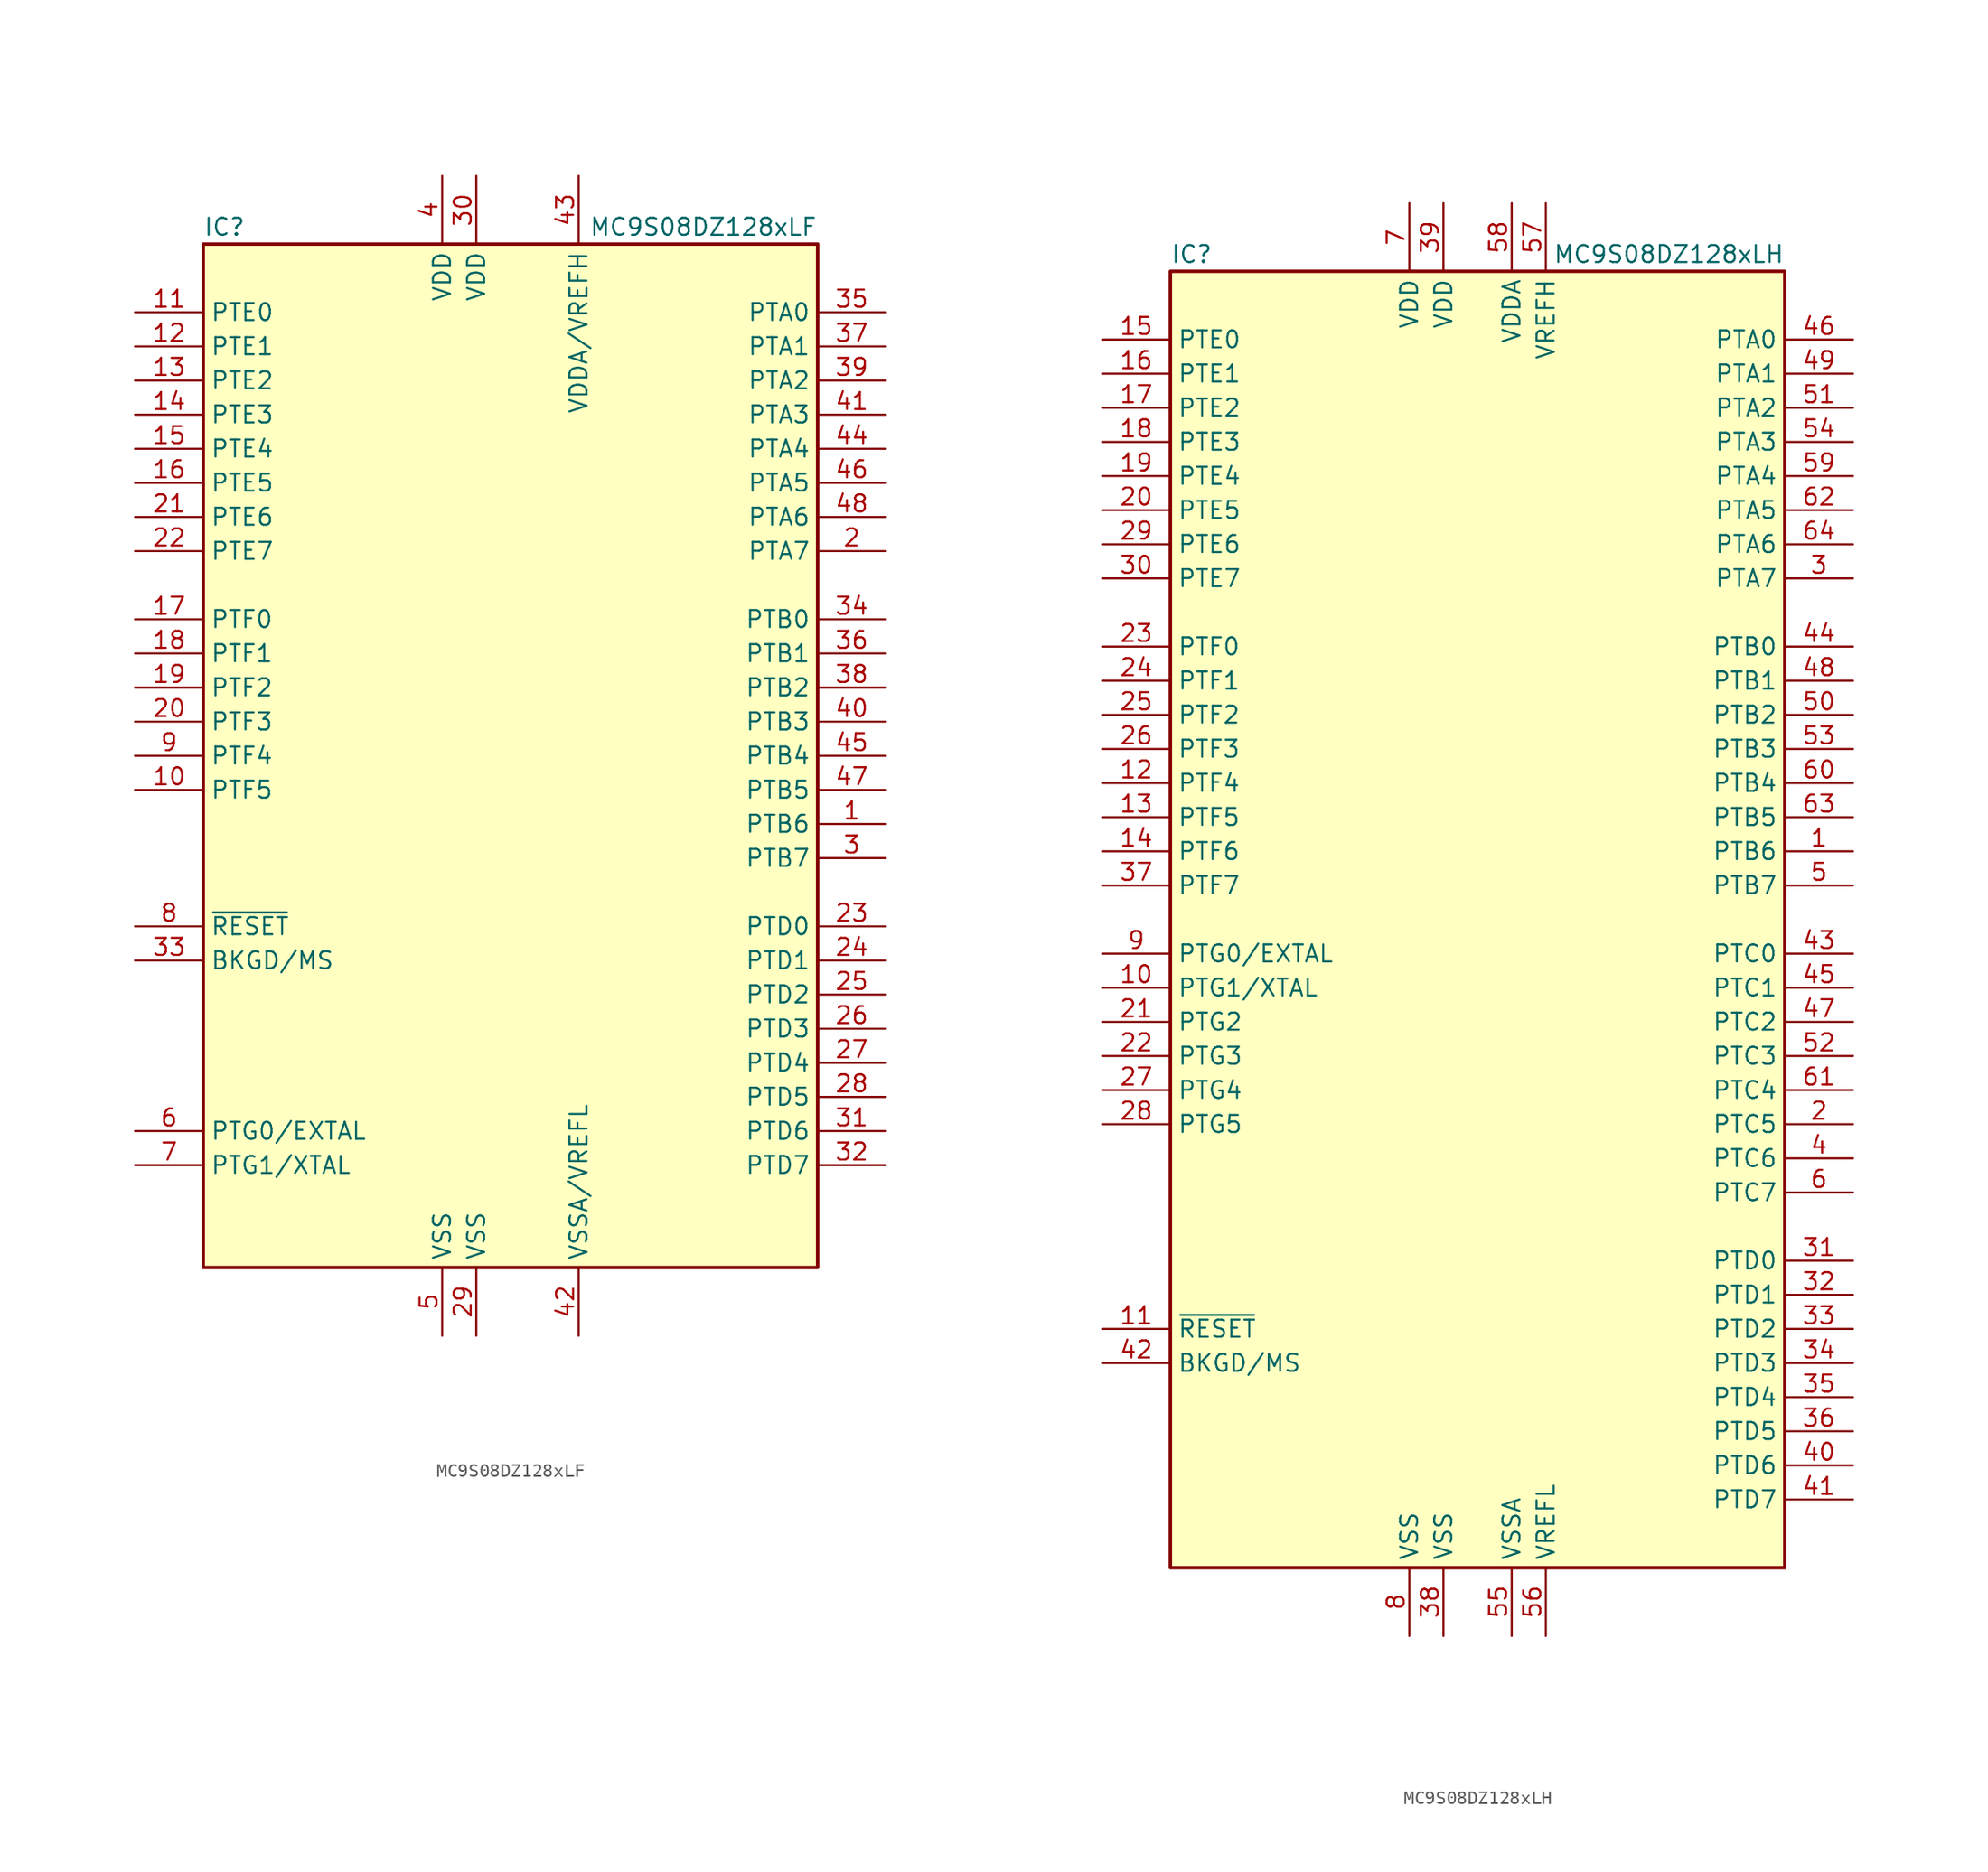
<source format=kicad_sym>
(kicad_symbol_lib
  (version 20241209)
  (generator "kicad_symbol_editor")
  (generator_version "9.0")
  (symbol "MC9S08DZ128xLF"
    (property "Reference" "IC"
      (at -22.86 39.37 0)
      (effects (font (size 1.27 1.27)) (justify left)))
    (property "Value" "MC9S08DZ128xLF"
      (at 22.86 39.37 0)
      (effects (font (size 1.27 1.27)) (justify right)))
    (symbol "MC9S08DZ128xLF_0_1"
      (rectangle (start -22.86 38.1) (end 22.86 -38.1) (stroke (width 0.254) (type default)) (fill (type background))))
    (symbol "MC9S08DZ128xLF_1_1"
      (pin bidirectional line (at -27.94 33.02 0) (length 5.08) (name "PTE0" (effects (font (size 1.27 1.27)))) (number "11" (effects (font (size 1.27 1.27)))))
      (pin bidirectional line (at -27.94 30.48 0) (length 5.08) (name "PTE1" (effects (font (size 1.27 1.27)))) (number "12" (effects (font (size 1.27 1.27)))))
      (pin bidirectional line (at -27.94 27.94 0) (length 5.08) (name "PTE2" (effects (font (size 1.27 1.27)))) (number "13" (effects (font (size 1.27 1.27)))))
      (pin bidirectional line (at -27.94 25.4 0) (length 5.08) (name "PTE3" (effects (font (size 1.27 1.27)))) (number "14" (effects (font (size 1.27 1.27)))))
      (pin bidirectional line (at -27.94 22.86 0) (length 5.08) (name "PTE4" (effects (font (size 1.27 1.27)))) (number "15" (effects (font (size 1.27 1.27)))))
      (pin bidirectional line (at -27.94 20.32 0) (length 5.08) (name "PTE5" (effects (font (size 1.27 1.27)))) (number "16" (effects (font (size 1.27 1.27)))))
      (pin bidirectional line (at -27.94 17.78 0) (length 5.08) (name "PTE6" (effects (font (size 1.27 1.27)))) (number "21" (effects (font (size 1.27 1.27)))))
      (pin bidirectional line (at -27.94 15.24 0) (length 5.08) (name "PTE7" (effects (font (size 1.27 1.27)))) (number "22" (effects (font (size 1.27 1.27)))))
      (pin bidirectional line (at -27.94 10.16 0) (length 5.08) (name "PTF0" (effects (font (size 1.27 1.27)))) (number "17" (effects (font (size 1.27 1.27)))))
      (pin bidirectional line (at -27.94 7.62 0) (length 5.08) (name "PTF1" (effects (font (size 1.27 1.27)))) (number "18" (effects (font (size 1.27 1.27)))))
      (pin bidirectional line (at -27.94 5.08 0) (length 5.08) (name "PTF2" (effects (font (size 1.27 1.27)))) (number "19" (effects (font (size 1.27 1.27)))))
      (pin bidirectional line (at -27.94 2.54 0) (length 5.08) (name "PTF3" (effects (font (size 1.27 1.27)))) (number "20" (effects (font (size 1.27 1.27)))))
      (pin bidirectional line (at -27.94 0 0) (length 5.08) (name "PTF4" (effects (font (size 1.27 1.27)))) (number "9" (effects (font (size 1.27 1.27)))))
      (pin bidirectional line (at -27.94 -2.54 0) (length 5.08) (name "PTF5" (effects (font (size 1.27 1.27)))) (number "10" (effects (font (size 1.27 1.27)))))
      (pin input line (at -27.94 -12.7 0) (length 5.08) (name "~{RESET}" (effects (font (size 1.27 1.27)))) (number "8" (effects (font (size 1.27 1.27)))))
      (pin bidirectional line (at -27.94 -15.24 0) (length 5.08) (name "BKGD/MS" (effects (font (size 1.27 1.27)))) (number "33" (effects (font (size 1.27 1.27)))))
      (pin bidirectional line (at -27.94 -27.94 0) (length 5.08) (name "PTG0/EXTAL" (effects (font (size 1.27 1.27)))) (number "6" (effects (font (size 1.27 1.27)))))
      (pin bidirectional line (at -27.94 -30.48 0) (length 5.08) (name "PTG1/XTAL" (effects (font (size 1.27 1.27)))) (number "7" (effects (font (size 1.27 1.27)))))
      (pin power_in line (at -5.08 43.18 270) (length 5.08) (name "VDD" (effects (font (size 1.27 1.27)))) (number "4" (effects (font (size 1.27 1.27)))))
      (pin power_in line (at -5.08 -43.18 90) (length 5.08) (name "VSS" (effects (font (size 1.27 1.27)))) (number "5" (effects (font (size 1.27 1.27)))))
      (pin power_in line (at -2.54 43.18 270) (length 5.08) (name "VDD" (effects (font (size 1.27 1.27)))) (number "30" (effects (font (size 1.27 1.27)))))
      (pin power_in line (at -2.54 -43.18 90) (length 5.08) (name "VSS" (effects (font (size 1.27 1.27)))) (number "29" (effects (font (size 1.27 1.27)))))
      (pin power_in line (at 5.08 43.18 270) (length 5.08) (name "VDDA/VREFH" (effects (font (size 1.27 1.27)))) (number "43" (effects (font (size 1.27 1.27)))))
      (pin power_in line (at 5.08 -43.18 90) (length 5.08) (name "VSSA/VREFL" (effects (font (size 1.27 1.27)))) (number "42" (effects (font (size 1.27 1.27)))))
      (pin bidirectional line (at 27.94 33.02 180) (length 5.08) (name "PTA0" (effects (font (size 1.27 1.27)))) (number "35" (effects (font (size 1.27 1.27)))))
      (pin bidirectional line (at 27.94 30.48 180) (length 5.08) (name "PTA1" (effects (font (size 1.27 1.27)))) (number "37" (effects (font (size 1.27 1.27)))))
      (pin bidirectional line (at 27.94 27.94 180) (length 5.08) (name "PTA2" (effects (font (size 1.27 1.27)))) (number "39" (effects (font (size 1.27 1.27)))))
      (pin bidirectional line (at 27.94 25.4 180) (length 5.08) (name "PTA3" (effects (font (size 1.27 1.27)))) (number "41" (effects (font (size 1.27 1.27)))))
      (pin bidirectional line (at 27.94 22.86 180) (length 5.08) (name "PTA4" (effects (font (size 1.27 1.27)))) (number "44" (effects (font (size 1.27 1.27)))))
      (pin bidirectional line (at 27.94 20.32 180) (length 5.08) (name "PTA5" (effects (font (size 1.27 1.27)))) (number "46" (effects (font (size 1.27 1.27)))))
      (pin bidirectional line (at 27.94 17.78 180) (length 5.08) (name "PTA6" (effects (font (size 1.27 1.27)))) (number "48" (effects (font (size 1.27 1.27)))))
      (pin bidirectional line (at 27.94 15.24 180) (length 5.08) (name "PTA7" (effects (font (size 1.27 1.27)))) (number "2" (effects (font (size 1.27 1.27)))))
      (pin bidirectional line (at 27.94 10.16 180) (length 5.08) (name "PTB0" (effects (font (size 1.27 1.27)))) (number "34" (effects (font (size 1.27 1.27)))))
      (pin bidirectional line (at 27.94 7.62 180) (length 5.08) (name "PTB1" (effects (font (size 1.27 1.27)))) (number "36" (effects (font (size 1.27 1.27)))))
      (pin bidirectional line (at 27.94 5.08 180) (length 5.08) (name "PTB2" (effects (font (size 1.27 1.27)))) (number "38" (effects (font (size 1.27 1.27)))))
      (pin bidirectional line (at 27.94 2.54 180) (length 5.08) (name "PTB3" (effects (font (size 1.27 1.27)))) (number "40" (effects (font (size 1.27 1.27)))))
      (pin bidirectional line (at 27.94 0 180) (length 5.08) (name "PTB4" (effects (font (size 1.27 1.27)))) (number "45" (effects (font (size 1.27 1.27)))))
      (pin bidirectional line (at 27.94 -2.54 180) (length 5.08) (name "PTB5" (effects (font (size 1.27 1.27)))) (number "47" (effects (font (size 1.27 1.27)))))
      (pin bidirectional line (at 27.94 -5.08 180) (length 5.08) (name "PTB6" (effects (font (size 1.27 1.27)))) (number "1" (effects (font (size 1.27 1.27)))))
      (pin bidirectional line (at 27.94 -7.62 180) (length 5.08) (name "PTB7" (effects (font (size 1.27 1.27)))) (number "3" (effects (font (size 1.27 1.27)))))
      (pin bidirectional line (at 27.94 -12.7 180) (length 5.08) (name "PTD0" (effects (font (size 1.27 1.27)))) (number "23" (effects (font (size 1.27 1.27)))))
      (pin bidirectional line (at 27.94 -15.24 180) (length 5.08) (name "PTD1" (effects (font (size 1.27 1.27)))) (number "24" (effects (font (size 1.27 1.27)))))
      (pin bidirectional line (at 27.94 -17.78 180) (length 5.08) (name "PTD2" (effects (font (size 1.27 1.27)))) (number "25" (effects (font (size 1.27 1.27)))))
      (pin bidirectional line (at 27.94 -20.32 180) (length 5.08) (name "PTD3" (effects (font (size 1.27 1.27)))) (number "26" (effects (font (size 1.27 1.27)))))
      (pin bidirectional line (at 27.94 -22.86 180) (length 5.08) (name "PTD4" (effects (font (size 1.27 1.27)))) (number "27" (effects (font (size 1.27 1.27)))))
      (pin bidirectional line (at 27.94 -25.4 180) (length 5.08) (name "PTD5" (effects (font (size 1.27 1.27)))) (number "28" (effects (font (size 1.27 1.27)))))
      (pin bidirectional line (at 27.94 -27.94 180) (length 5.08) (name "PTD6" (effects (font (size 1.27 1.27)))) (number "31" (effects (font (size 1.27 1.27)))))
      (pin bidirectional line (at 27.94 -30.48 180) (length 5.08) (name "PTD7" (effects (font (size 1.27 1.27)))) (number "32" (effects (font (size 1.27 1.27)))))))
  (symbol "MC9S08DZ128xLH"
    (property "Reference" "IC"
      (at -22.86 49.53 0)
      (effects (font (size 1.27 1.27)) (justify left)))
    (property "Value" "MC9S08DZ128xLH"
      (at 22.86 49.53 0)
      (effects (font (size 1.27 1.27)) (justify right)))
    (symbol "MC9S08DZ128xLH_0_1"
      (rectangle (start -22.86 48.26) (end 22.86 -48.26) (stroke (width 0.254) (type default)) (fill (type background))))
    (symbol "MC9S08DZ128xLH_1_1"
      (pin bidirectional line (at -27.94 43.18 0) (length 5.08) (name "PTE0" (effects (font (size 1.27 1.27)))) (number "15" (effects (font (size 1.27 1.27)))))
      (pin bidirectional line (at -27.94 40.64 0) (length 5.08) (name "PTE1" (effects (font (size 1.27 1.27)))) (number "16" (effects (font (size 1.27 1.27)))))
      (pin bidirectional line (at -27.94 38.1 0) (length 5.08) (name "PTE2" (effects (font (size 1.27 1.27)))) (number "17" (effects (font (size 1.27 1.27)))))
      (pin bidirectional line (at -27.94 35.56 0) (length 5.08) (name "PTE3" (effects (font (size 1.27 1.27)))) (number "18" (effects (font (size 1.27 1.27)))))
      (pin bidirectional line (at -27.94 33.02 0) (length 5.08) (name "PTE4" (effects (font (size 1.27 1.27)))) (number "19" (effects (font (size 1.27 1.27)))))
      (pin bidirectional line (at -27.94 30.48 0) (length 5.08) (name "PTE5" (effects (font (size 1.27 1.27)))) (number "20" (effects (font (size 1.27 1.27)))))
      (pin bidirectional line (at -27.94 27.94 0) (length 5.08) (name "PTE6" (effects (font (size 1.27 1.27)))) (number "29" (effects (font (size 1.27 1.27)))))
      (pin bidirectional line (at -27.94 25.4 0) (length 5.08) (name "PTE7" (effects (font (size 1.27 1.27)))) (number "30" (effects (font (size 1.27 1.27)))))
      (pin bidirectional line (at -27.94 20.32 0) (length 5.08) (name "PTF0" (effects (font (size 1.27 1.27)))) (number "23" (effects (font (size 1.27 1.27)))))
      (pin bidirectional line (at -27.94 17.78 0) (length 5.08) (name "PTF1" (effects (font (size 1.27 1.27)))) (number "24" (effects (font (size 1.27 1.27)))))
      (pin bidirectional line (at -27.94 15.24 0) (length 5.08) (name "PTF2" (effects (font (size 1.27 1.27)))) (number "25" (effects (font (size 1.27 1.27)))))
      (pin bidirectional line (at -27.94 12.7 0) (length 5.08) (name "PTF3" (effects (font (size 1.27 1.27)))) (number "26" (effects (font (size 1.27 1.27)))))
      (pin bidirectional line (at -27.94 10.16 0) (length 5.08) (name "PTF4" (effects (font (size 1.27 1.27)))) (number "12" (effects (font (size 1.27 1.27)))))
      (pin bidirectional line (at -27.94 7.62 0) (length 5.08) (name "PTF5" (effects (font (size 1.27 1.27)))) (number "13" (effects (font (size 1.27 1.27)))))
      (pin bidirectional line (at -27.94 5.08 0) (length 5.08) (name "PTF6" (effects (font (size 1.27 1.27)))) (number "14" (effects (font (size 1.27 1.27)))))
      (pin bidirectional line (at -27.94 2.54 0) (length 5.08) (name "PTF7" (effects (font (size 1.27 1.27)))) (number "37" (effects (font (size 1.27 1.27)))))
      (pin bidirectional line (at -27.94 -2.54 0) (length 5.08) (name "PTG0/EXTAL" (effects (font (size 1.27 1.27)))) (number "9" (effects (font (size 1.27 1.27)))))
      (pin bidirectional line (at -27.94 -5.08 0) (length 5.08) (name "PTG1/XTAL" (effects (font (size 1.27 1.27)))) (number "10" (effects (font (size 1.27 1.27)))))
      (pin bidirectional line (at -27.94 -7.62 0) (length 5.08) (name "PTG2" (effects (font (size 1.27 1.27)))) (number "21" (effects (font (size 1.27 1.27)))))
      (pin bidirectional line (at -27.94 -10.16 0) (length 5.08) (name "PTG3" (effects (font (size 1.27 1.27)))) (number "22" (effects (font (size 1.27 1.27)))))
      (pin bidirectional line (at -27.94 -12.7 0) (length 5.08) (name "PTG4" (effects (font (size 1.27 1.27)))) (number "27" (effects (font (size 1.27 1.27)))))
      (pin bidirectional line (at -27.94 -15.24 0) (length 5.08) (name "PTG5" (effects (font (size 1.27 1.27)))) (number "28" (effects (font (size 1.27 1.27)))))
      (pin input line (at -27.94 -30.48 0) (length 5.08) (name "~{RESET}" (effects (font (size 1.27 1.27)))) (number "11" (effects (font (size 1.27 1.27)))))
      (pin bidirectional line (at -27.94 -33.02 0) (length 5.08) (name "BKGD/MS" (effects (font (size 1.27 1.27)))) (number "42" (effects (font (size 1.27 1.27)))))
      (pin power_in line (at -5.08 53.34 270) (length 5.08) (name "VDD" (effects (font (size 1.27 1.27)))) (number "7" (effects (font (size 1.27 1.27)))))
      (pin power_in line (at -5.08 -53.34 90) (length 5.08) (name "VSS" (effects (font (size 1.27 1.27)))) (number "8" (effects (font (size 1.27 1.27)))))
      (pin power_in line (at -2.54 53.34 270) (length 5.08) (name "VDD" (effects (font (size 1.27 1.27)))) (number "39" (effects (font (size 1.27 1.27)))))
      (pin power_in line (at -2.54 -53.34 90) (length 5.08) (name "VSS" (effects (font (size 1.27 1.27)))) (number "38" (effects (font (size 1.27 1.27)))))
      (pin power_in line (at 2.54 53.34 270) (length 5.08) (name "VDDA" (effects (font (size 1.27 1.27)))) (number "58" (effects (font (size 1.27 1.27)))))
      (pin power_in line (at 2.54 -53.34 90) (length 5.08) (name "VSSA" (effects (font (size 1.27 1.27)))) (number "55" (effects (font (size 1.27 1.27)))))
      (pin power_in line (at 5.08 53.34 270) (length 5.08) (name "VREFH" (effects (font (size 1.27 1.27)))) (number "57" (effects (font (size 1.27 1.27)))))
      (pin power_in line (at 5.08 -53.34 90) (length 5.08) (name "VREFL" (effects (font (size 1.27 1.27)))) (number "56" (effects (font (size 1.27 1.27)))))
      (pin bidirectional line (at 27.94 43.18 180) (length 5.08) (name "PTA0" (effects (font (size 1.27 1.27)))) (number "46" (effects (font (size 1.27 1.27)))))
      (pin bidirectional line (at 27.94 40.64 180) (length 5.08) (name "PTA1" (effects (font (size 1.27 1.27)))) (number "49" (effects (font (size 1.27 1.27)))))
      (pin bidirectional line (at 27.94 38.1 180) (length 5.08) (name "PTA2" (effects (font (size 1.27 1.27)))) (number "51" (effects (font (size 1.27 1.27)))))
      (pin bidirectional line (at 27.94 35.56 180) (length 5.08) (name "PTA3" (effects (font (size 1.27 1.27)))) (number "54" (effects (font (size 1.27 1.27)))))
      (pin bidirectional line (at 27.94 33.02 180) (length 5.08) (name "PTA4" (effects (font (size 1.27 1.27)))) (number "59" (effects (font (size 1.27 1.27)))))
      (pin bidirectional line (at 27.94 30.48 180) (length 5.08) (name "PTA5" (effects (font (size 1.27 1.27)))) (number "62" (effects (font (size 1.27 1.27)))))
      (pin bidirectional line (at 27.94 27.94 180) (length 5.08) (name "PTA6" (effects (font (size 1.27 1.27)))) (number "64" (effects (font (size 1.27 1.27)))))
      (pin bidirectional line (at 27.94 25.4 180) (length 5.08) (name "PTA7" (effects (font (size 1.27 1.27)))) (number "3" (effects (font (size 1.27 1.27)))))
      (pin bidirectional line (at 27.94 20.32 180) (length 5.08) (name "PTB0" (effects (font (size 1.27 1.27)))) (number "44" (effects (font (size 1.27 1.27)))))
      (pin bidirectional line (at 27.94 17.78 180) (length 5.08) (name "PTB1" (effects (font (size 1.27 1.27)))) (number "48" (effects (font (size 1.27 1.27)))))
      (pin bidirectional line (at 27.94 15.24 180) (length 5.08) (name "PTB2" (effects (font (size 1.27 1.27)))) (number "50" (effects (font (size 1.27 1.27)))))
      (pin bidirectional line (at 27.94 12.7 180) (length 5.08) (name "PTB3" (effects (font (size 1.27 1.27)))) (number "53" (effects (font (size 1.27 1.27)))))
      (pin bidirectional line (at 27.94 10.16 180) (length 5.08) (name "PTB4" (effects (font (size 1.27 1.27)))) (number "60" (effects (font (size 1.27 1.27)))))
      (pin bidirectional line (at 27.94 7.62 180) (length 5.08) (name "PTB5" (effects (font (size 1.27 1.27)))) (number "63" (effects (font (size 1.27 1.27)))))
      (pin bidirectional line (at 27.94 5.08 180) (length 5.08) (name "PTB6" (effects (font (size 1.27 1.27)))) (number "1" (effects (font (size 1.27 1.27)))))
      (pin bidirectional line (at 27.94 2.54 180) (length 5.08) (name "PTB7" (effects (font (size 1.27 1.27)))) (number "5" (effects (font (size 1.27 1.27)))))
      (pin bidirectional line (at 27.94 -2.54 180) (length 5.08) (name "PTC0" (effects (font (size 1.27 1.27)))) (number "43" (effects (font (size 1.27 1.27)))))
      (pin bidirectional line (at 27.94 -5.08 180) (length 5.08) (name "PTC1" (effects (font (size 1.27 1.27)))) (number "45" (effects (font (size 1.27 1.27)))))
      (pin bidirectional line (at 27.94 -7.62 180) (length 5.08) (name "PTC2" (effects (font (size 1.27 1.27)))) (number "47" (effects (font (size 1.27 1.27)))))
      (pin bidirectional line (at 27.94 -10.16 180) (length 5.08) (name "PTC3" (effects (font (size 1.27 1.27)))) (number "52" (effects (font (size 1.27 1.27)))))
      (pin bidirectional line (at 27.94 -12.7 180) (length 5.08) (name "PTC4" (effects (font (size 1.27 1.27)))) (number "61" (effects (font (size 1.27 1.27)))))
      (pin bidirectional line (at 27.94 -15.24 180) (length 5.08) (name "PTC5" (effects (font (size 1.27 1.27)))) (number "2" (effects (font (size 1.27 1.27)))))
      (pin bidirectional line (at 27.94 -17.78 180) (length 5.08) (name "PTC6" (effects (font (size 1.27 1.27)))) (number "4" (effects (font (size 1.27 1.27)))))
      (pin bidirectional line (at 27.94 -20.32 180) (length 5.08) (name "PTC7" (effects (font (size 1.27 1.27)))) (number "6" (effects (font (size 1.27 1.27)))))
      (pin bidirectional line (at 27.94 -25.4 180) (length 5.08) (name "PTD0" (effects (font (size 1.27 1.27)))) (number "31" (effects (font (size 1.27 1.27)))))
      (pin bidirectional line (at 27.94 -27.94 180) (length 5.08) (name "PTD1" (effects (font (size 1.27 1.27)))) (number "32" (effects (font (size 1.27 1.27)))))
      (pin bidirectional line (at 27.94 -30.48 180) (length 5.08) (name "PTD2" (effects (font (size 1.27 1.27)))) (number "33" (effects (font (size 1.27 1.27)))))
      (pin bidirectional line (at 27.94 -33.02 180) (length 5.08) (name "PTD3" (effects (font (size 1.27 1.27)))) (number "34" (effects (font (size 1.27 1.27)))))
      (pin bidirectional line (at 27.94 -35.56 180) (length 5.08) (name "PTD4" (effects (font (size 1.27 1.27)))) (number "35" (effects (font (size 1.27 1.27)))))
      (pin bidirectional line (at 27.94 -38.1 180) (length 5.08) (name "PTD5" (effects (font (size 1.27 1.27)))) (number "36" (effects (font (size 1.27 1.27)))))
      (pin bidirectional line (at 27.94 -40.64 180) (length 5.08) (name "PTD6" (effects (font (size 1.27 1.27)))) (number "40" (effects (font (size 1.27 1.27)))))
      (pin bidirectional line (at 27.94 -43.18 180) (length 5.08) (name "PTD7" (effects (font (size 1.27 1.27)))) (number "41" (effects (font (size 1.27 1.27))))))))
</source>
